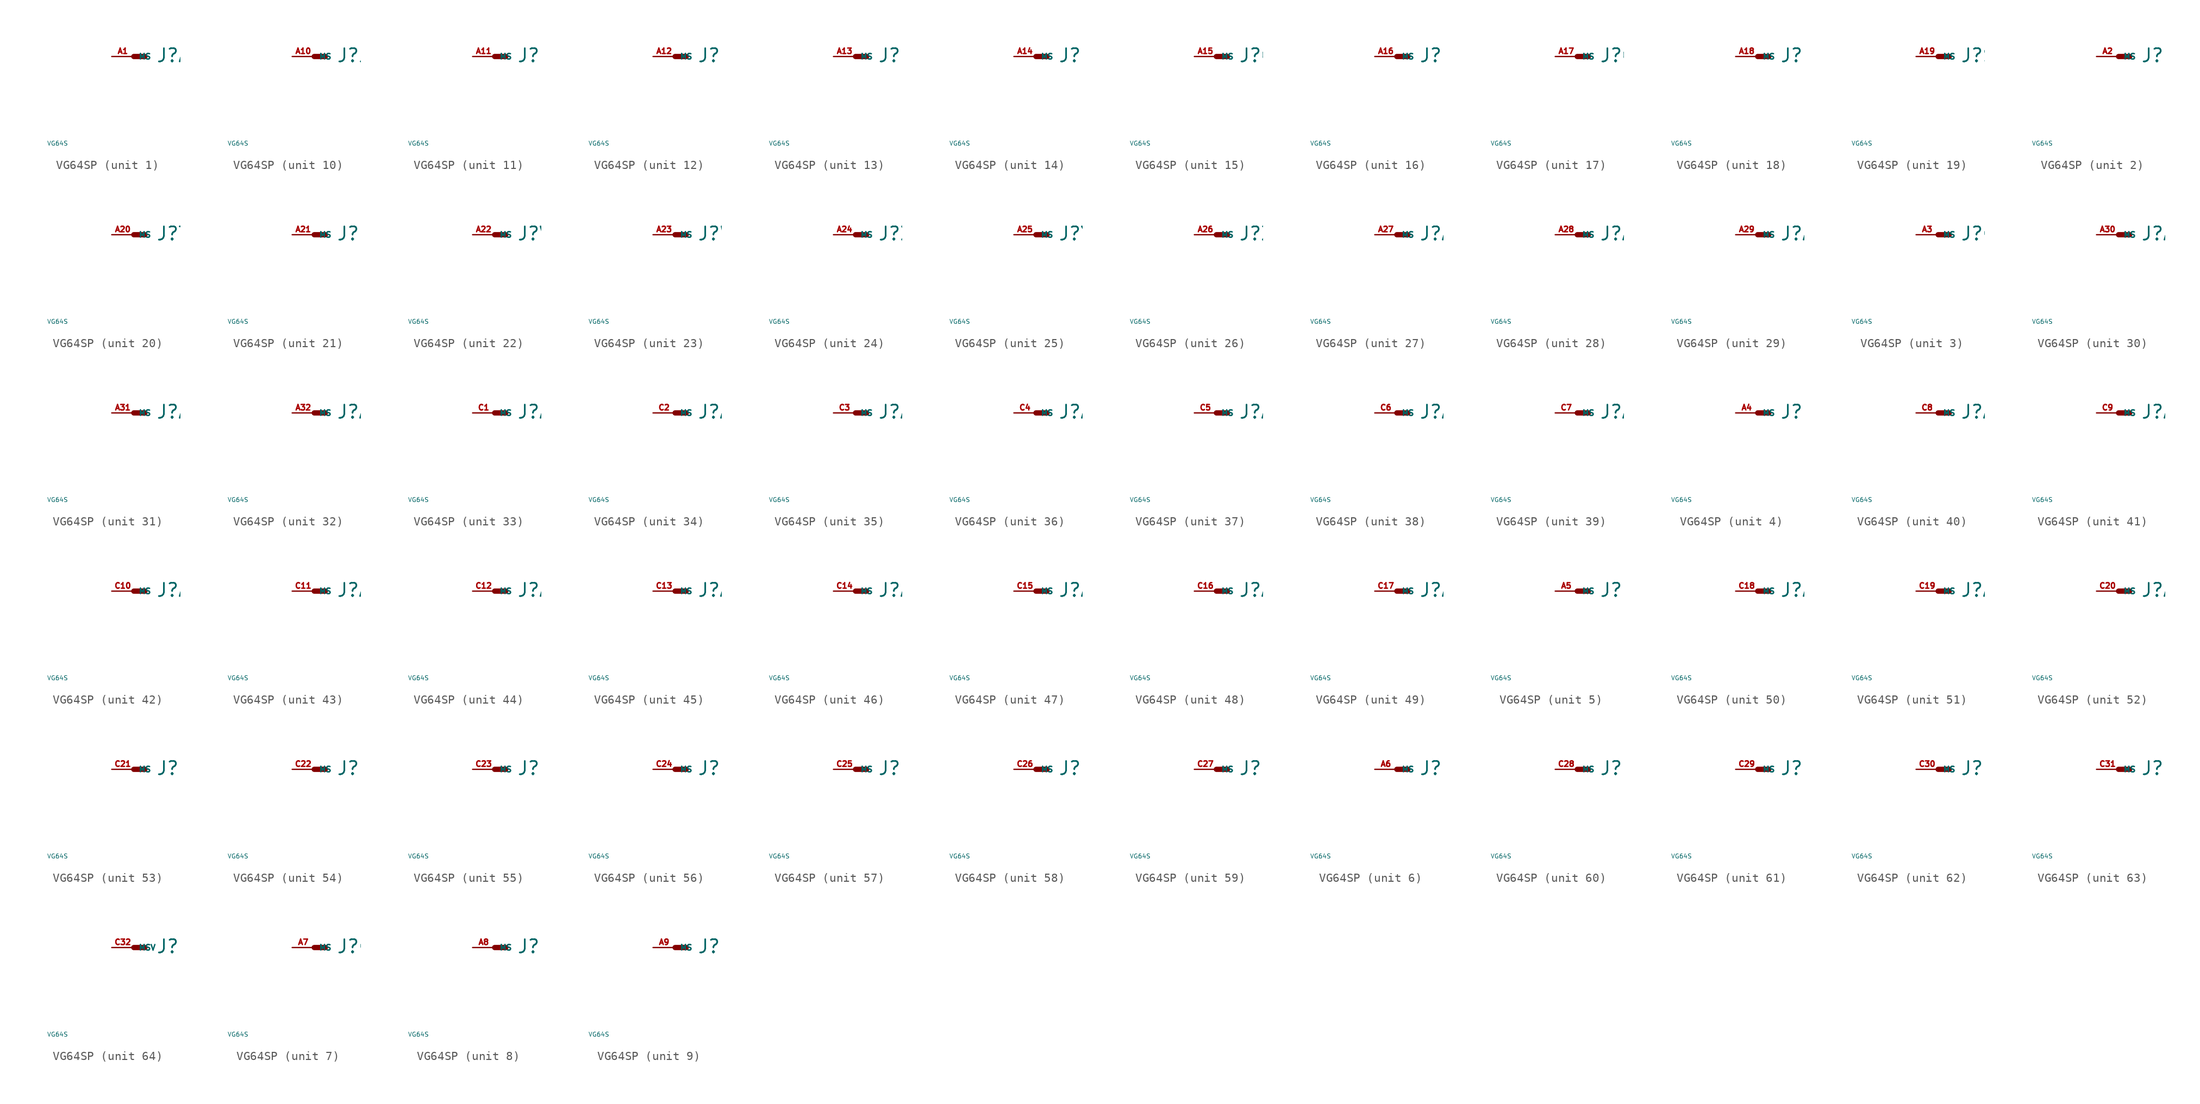
<source format=kicad_sym>
(kicad_symbol_lib
  (version 20220914)
  (generator Eagle2Kicad)
  (symbol "VG64SP"
    (property "Reference" "J"
      (at 2.54 -0.762 0)
      (effects (font (size 1.524 1.524) (thickness 0.19)) (justify left bottom)))
    (property "Value" "VG64S"
      (at -10 -10 0)
      (effects (font (size 0.5 0.5) (thickness 0.06)) (justify left)))
    (symbol "VG64SP_1_0"
      (polyline (pts (xy 0 0) (xy 1.27 0)) (stroke (width 0.61) (type default)) (fill (type none)))
      (pin passive line (at -2.54 0 0) (length 2.54) (name "MS" (effects (font (size 0.635 0.635) (thickness 0.08)) (justify left bottom))) (number "A1" (effects (font (size 0.635 0.635) (thickness 0.08)) (justify left bottom)))))
    (symbol "VG64SP_2_0"
      (polyline (pts (xy 0 0) (xy 1.27 0)) (stroke (width 0.61) (type default)) (fill (type none)))
      (pin passive line (at -2.54 0 0) (length 2.54) (name "MS" (effects (font (size 0.635 0.635) (thickness 0.08)) (justify left bottom))) (number "A2" (effects (font (size 0.635 0.635) (thickness 0.08)) (justify left bottom)))))
    (symbol "VG64SP_3_0"
      (polyline (pts (xy 0 0) (xy 1.27 0)) (stroke (width 0.61) (type default)) (fill (type none)))
      (pin passive line (at -2.54 0 0) (length 2.54) (name "MS" (effects (font (size 0.635 0.635) (thickness 0.08)) (justify left bottom))) (number "A3" (effects (font (size 0.635 0.635) (thickness 0.08)) (justify left bottom)))))
    (symbol "VG64SP_4_0"
      (polyline (pts (xy 0 0) (xy 1.27 0)) (stroke (width 0.61) (type default)) (fill (type none)))
      (pin passive line (at -2.54 0 0) (length 2.54) (name "MS" (effects (font (size 0.635 0.635) (thickness 0.08)) (justify left bottom))) (number "A4" (effects (font (size 0.635 0.635) (thickness 0.08)) (justify left bottom)))))
    (symbol "VG64SP_5_0"
      (polyline (pts (xy 0 0) (xy 1.27 0)) (stroke (width 0.61) (type default)) (fill (type none)))
      (pin passive line (at -2.54 0 0) (length 2.54) (name "MS" (effects (font (size 0.635 0.635) (thickness 0.08)) (justify left bottom))) (number "A5" (effects (font (size 0.635 0.635) (thickness 0.08)) (justify left bottom)))))
    (symbol "VG64SP_6_0"
      (polyline (pts (xy 0 0) (xy 1.27 0)) (stroke (width 0.61) (type default)) (fill (type none)))
      (pin passive line (at -2.54 0 0) (length 2.54) (name "MS" (effects (font (size 0.635 0.635) (thickness 0.08)) (justify left bottom))) (number "A6" (effects (font (size 0.635 0.635) (thickness 0.08)) (justify left bottom)))))
    (symbol "VG64SP_7_0"
      (polyline (pts (xy 0 0) (xy 1.27 0)) (stroke (width 0.61) (type default)) (fill (type none)))
      (pin passive line (at -2.54 0 0) (length 2.54) (name "MS" (effects (font (size 0.635 0.635) (thickness 0.08)) (justify left bottom))) (number "A7" (effects (font (size 0.635 0.635) (thickness 0.08)) (justify left bottom)))))
    (symbol "VG64SP_8_0"
      (polyline (pts (xy 0 0) (xy 1.27 0)) (stroke (width 0.61) (type default)) (fill (type none)))
      (pin passive line (at -2.54 0 0) (length 2.54) (name "MS" (effects (font (size 0.635 0.635) (thickness 0.08)) (justify left bottom))) (number "A8" (effects (font (size 0.635 0.635) (thickness 0.08)) (justify left bottom)))))
    (symbol "VG64SP_9_0"
      (polyline (pts (xy 0 0) (xy 1.27 0)) (stroke (width 0.61) (type default)) (fill (type none)))
      (pin passive line (at -2.54 0 0) (length 2.54) (name "MS" (effects (font (size 0.635 0.635) (thickness 0.08)) (justify left bottom))) (number "A9" (effects (font (size 0.635 0.635) (thickness 0.08)) (justify left bottom)))))
    (symbol "VG64SP_10_0"
      (polyline (pts (xy 0 0) (xy 1.27 0)) (stroke (width 0.61) (type default)) (fill (type none)))
      (pin passive line (at -2.54 0 0) (length 2.54) (name "MS" (effects (font (size 0.635 0.635) (thickness 0.08)) (justify left bottom))) (number "A10" (effects (font (size 0.635 0.635) (thickness 0.08)) (justify left bottom)))))
    (symbol "VG64SP_11_0"
      (polyline (pts (xy 0 0) (xy 1.27 0)) (stroke (width 0.61) (type default)) (fill (type none)))
      (pin passive line (at -2.54 0 0) (length 2.54) (name "MS" (effects (font (size 0.635 0.635) (thickness 0.08)) (justify left bottom))) (number "A11" (effects (font (size 0.635 0.635) (thickness 0.08)) (justify left bottom)))))
    (symbol "VG64SP_12_0"
      (polyline (pts (xy 0 0) (xy 1.27 0)) (stroke (width 0.61) (type default)) (fill (type none)))
      (pin passive line (at -2.54 0 0) (length 2.54) (name "MS" (effects (font (size 0.635 0.635) (thickness 0.08)) (justify left bottom))) (number "A12" (effects (font (size 0.635 0.635) (thickness 0.08)) (justify left bottom)))))
    (symbol "VG64SP_13_0"
      (polyline (pts (xy 0 0) (xy 1.27 0)) (stroke (width 0.61) (type default)) (fill (type none)))
      (pin passive line (at -2.54 0 0) (length 2.54) (name "MS" (effects (font (size 0.635 0.635) (thickness 0.08)) (justify left bottom))) (number "A13" (effects (font (size 0.635 0.635) (thickness 0.08)) (justify left bottom)))))
    (symbol "VG64SP_14_0"
      (polyline (pts (xy 0 0) (xy 1.27 0)) (stroke (width 0.61) (type default)) (fill (type none)))
      (pin passive line (at -2.54 0 0) (length 2.54) (name "MS" (effects (font (size 0.635 0.635) (thickness 0.08)) (justify left bottom))) (number "A14" (effects (font (size 0.635 0.635) (thickness 0.08)) (justify left bottom)))))
    (symbol "VG64SP_15_0"
      (polyline (pts (xy 0 0) (xy 1.27 0)) (stroke (width 0.61) (type default)) (fill (type none)))
      (pin passive line (at -2.54 0 0) (length 2.54) (name "MS" (effects (font (size 0.635 0.635) (thickness 0.08)) (justify left bottom))) (number "A15" (effects (font (size 0.635 0.635) (thickness 0.08)) (justify left bottom)))))
    (symbol "VG64SP_16_0"
      (polyline (pts (xy 0 0) (xy 1.27 0)) (stroke (width 0.61) (type default)) (fill (type none)))
      (pin passive line (at -2.54 0 0) (length 2.54) (name "MS" (effects (font (size 0.635 0.635) (thickness 0.08)) (justify left bottom))) (number "A16" (effects (font (size 0.635 0.635) (thickness 0.08)) (justify left bottom)))))
    (symbol "VG64SP_17_0"
      (polyline (pts (xy 0 0) (xy 1.27 0)) (stroke (width 0.61) (type default)) (fill (type none)))
      (pin passive line (at -2.54 0 0) (length 2.54) (name "MS" (effects (font (size 0.635 0.635) (thickness 0.08)) (justify left bottom))) (number "A17" (effects (font (size 0.635 0.635) (thickness 0.08)) (justify left bottom)))))
    (symbol "VG64SP_18_0"
      (polyline (pts (xy 0 0) (xy 1.27 0)) (stroke (width 0.61) (type default)) (fill (type none)))
      (pin passive line (at -2.54 0 0) (length 2.54) (name "MS" (effects (font (size 0.635 0.635) (thickness 0.08)) (justify left bottom))) (number "A18" (effects (font (size 0.635 0.635) (thickness 0.08)) (justify left bottom)))))
    (symbol "VG64SP_19_0"
      (polyline (pts (xy 0 0) (xy 1.27 0)) (stroke (width 0.61) (type default)) (fill (type none)))
      (pin passive line (at -2.54 0 0) (length 2.54) (name "MS" (effects (font (size 0.635 0.635) (thickness 0.08)) (justify left bottom))) (number "A19" (effects (font (size 0.635 0.635) (thickness 0.08)) (justify left bottom)))))
    (symbol "VG64SP_20_0"
      (polyline (pts (xy 0 0) (xy 1.27 0)) (stroke (width 0.61) (type default)) (fill (type none)))
      (pin passive line (at -2.54 0 0) (length 2.54) (name "MS" (effects (font (size 0.635 0.635) (thickness 0.08)) (justify left bottom))) (number "A20" (effects (font (size 0.635 0.635) (thickness 0.08)) (justify left bottom)))))
    (symbol "VG64SP_21_0"
      (polyline (pts (xy 0 0) (xy 1.27 0)) (stroke (width 0.61) (type default)) (fill (type none)))
      (pin passive line (at -2.54 0 0) (length 2.54) (name "MS" (effects (font (size 0.635 0.635) (thickness 0.08)) (justify left bottom))) (number "A21" (effects (font (size 0.635 0.635) (thickness 0.08)) (justify left bottom)))))
    (symbol "VG64SP_22_0"
      (polyline (pts (xy 0 0) (xy 1.27 0)) (stroke (width 0.61) (type default)) (fill (type none)))
      (pin passive line (at -2.54 0 0) (length 2.54) (name "MS" (effects (font (size 0.635 0.635) (thickness 0.08)) (justify left bottom))) (number "A22" (effects (font (size 0.635 0.635) (thickness 0.08)) (justify left bottom)))))
    (symbol "VG64SP_23_0"
      (polyline (pts (xy 0 0) (xy 1.27 0)) (stroke (width 0.61) (type default)) (fill (type none)))
      (pin passive line (at -2.54 0 0) (length 2.54) (name "MS" (effects (font (size 0.635 0.635) (thickness 0.08)) (justify left bottom))) (number "A23" (effects (font (size 0.635 0.635) (thickness 0.08)) (justify left bottom)))))
    (symbol "VG64SP_24_0"
      (polyline (pts (xy 0 0) (xy 1.27 0)) (stroke (width 0.61) (type default)) (fill (type none)))
      (pin passive line (at -2.54 0 0) (length 2.54) (name "MS" (effects (font (size 0.635 0.635) (thickness 0.08)) (justify left bottom))) (number "A24" (effects (font (size 0.635 0.635) (thickness 0.08)) (justify left bottom)))))
    (symbol "VG64SP_25_0"
      (polyline (pts (xy 0 0) (xy 1.27 0)) (stroke (width 0.61) (type default)) (fill (type none)))
      (pin passive line (at -2.54 0 0) (length 2.54) (name "MS" (effects (font (size 0.635 0.635) (thickness 0.08)) (justify left bottom))) (number "A25" (effects (font (size 0.635 0.635) (thickness 0.08)) (justify left bottom)))))
    (symbol "VG64SP_26_0"
      (polyline (pts (xy 0 0) (xy 1.27 0)) (stroke (width 0.61) (type default)) (fill (type none)))
      (pin passive line (at -2.54 0 0) (length 2.54) (name "MS" (effects (font (size 0.635 0.635) (thickness 0.08)) (justify left bottom))) (number "A26" (effects (font (size 0.635 0.635) (thickness 0.08)) (justify left bottom)))))
    (symbol "VG64SP_27_0"
      (polyline (pts (xy 0 0) (xy 1.27 0)) (stroke (width 0.61) (type default)) (fill (type none)))
      (pin passive line (at -2.54 0 0) (length 2.54) (name "MS" (effects (font (size 0.635 0.635) (thickness 0.08)) (justify left bottom))) (number "A27" (effects (font (size 0.635 0.635) (thickness 0.08)) (justify left bottom)))))
    (symbol "VG64SP_28_0"
      (polyline (pts (xy 0 0) (xy 1.27 0)) (stroke (width 0.61) (type default)) (fill (type none)))
      (pin passive line (at -2.54 0 0) (length 2.54) (name "MS" (effects (font (size 0.635 0.635) (thickness 0.08)) (justify left bottom))) (number "A28" (effects (font (size 0.635 0.635) (thickness 0.08)) (justify left bottom)))))
    (symbol "VG64SP_29_0"
      (polyline (pts (xy 0 0) (xy 1.27 0)) (stroke (width 0.61) (type default)) (fill (type none)))
      (pin passive line (at -2.54 0 0) (length 2.54) (name "MS" (effects (font (size 0.635 0.635) (thickness 0.08)) (justify left bottom))) (number "A29" (effects (font (size 0.635 0.635) (thickness 0.08)) (justify left bottom)))))
    (symbol "VG64SP_30_0"
      (polyline (pts (xy 0 0) (xy 1.27 0)) (stroke (width 0.61) (type default)) (fill (type none)))
      (pin passive line (at -2.54 0 0) (length 2.54) (name "MS" (effects (font (size 0.635 0.635) (thickness 0.08)) (justify left bottom))) (number "A30" (effects (font (size 0.635 0.635) (thickness 0.08)) (justify left bottom)))))
    (symbol "VG64SP_31_0"
      (polyline (pts (xy 0 0) (xy 1.27 0)) (stroke (width 0.61) (type default)) (fill (type none)))
      (pin passive line (at -2.54 0 0) (length 2.54) (name "MS" (effects (font (size 0.635 0.635) (thickness 0.08)) (justify left bottom))) (number "A31" (effects (font (size 0.635 0.635) (thickness 0.08)) (justify left bottom)))))
    (symbol "VG64SP_32_0"
      (polyline (pts (xy 0 0) (xy 1.27 0)) (stroke (width 0.61) (type default)) (fill (type none)))
      (pin passive line (at -2.54 0 0) (length 2.54) (name "MS" (effects (font (size 0.635 0.635) (thickness 0.08)) (justify left bottom))) (number "A32" (effects (font (size 0.635 0.635) (thickness 0.08)) (justify left bottom)))))
    (symbol "VG64SP_33_0"
      (polyline (pts (xy 0 0) (xy 1.27 0)) (stroke (width 0.61) (type default)) (fill (type none)))
      (pin passive line (at -2.54 0 0) (length 2.54) (name "MS" (effects (font (size 0.635 0.635) (thickness 0.08)) (justify left bottom))) (number "C1" (effects (font (size 0.635 0.635) (thickness 0.08)) (justify left bottom)))))
    (symbol "VG64SP_34_0"
      (polyline (pts (xy 0 0) (xy 1.27 0)) (stroke (width 0.61) (type default)) (fill (type none)))
      (pin passive line (at -2.54 0 0) (length 2.54) (name "MS" (effects (font (size 0.635 0.635) (thickness 0.08)) (justify left bottom))) (number "C2" (effects (font (size 0.635 0.635) (thickness 0.08)) (justify left bottom)))))
    (symbol "VG64SP_35_0"
      (polyline (pts (xy 0 0) (xy 1.27 0)) (stroke (width 0.61) (type default)) (fill (type none)))
      (pin passive line (at -2.54 0 0) (length 2.54) (name "MS" (effects (font (size 0.635 0.635) (thickness 0.08)) (justify left bottom))) (number "C3" (effects (font (size 0.635 0.635) (thickness 0.08)) (justify left bottom)))))
    (symbol "VG64SP_36_0"
      (polyline (pts (xy 0 0) (xy 1.27 0)) (stroke (width 0.61) (type default)) (fill (type none)))
      (pin passive line (at -2.54 0 0) (length 2.54) (name "MS" (effects (font (size 0.635 0.635) (thickness 0.08)) (justify left bottom))) (number "C4" (effects (font (size 0.635 0.635) (thickness 0.08)) (justify left bottom)))))
    (symbol "VG64SP_37_0"
      (polyline (pts (xy 0 0) (xy 1.27 0)) (stroke (width 0.61) (type default)) (fill (type none)))
      (pin passive line (at -2.54 0 0) (length 2.54) (name "MS" (effects (font (size 0.635 0.635) (thickness 0.08)) (justify left bottom))) (number "C5" (effects (font (size 0.635 0.635) (thickness 0.08)) (justify left bottom)))))
    (symbol "VG64SP_38_0"
      (polyline (pts (xy 0 0) (xy 1.27 0)) (stroke (width 0.61) (type default)) (fill (type none)))
      (pin passive line (at -2.54 0 0) (length 2.54) (name "MS" (effects (font (size 0.635 0.635) (thickness 0.08)) (justify left bottom))) (number "C6" (effects (font (size 0.635 0.635) (thickness 0.08)) (justify left bottom)))))
    (symbol "VG64SP_39_0"
      (polyline (pts (xy 0 0) (xy 1.27 0)) (stroke (width 0.61) (type default)) (fill (type none)))
      (pin passive line (at -2.54 0 0) (length 2.54) (name "MS" (effects (font (size 0.635 0.635) (thickness 0.08)) (justify left bottom))) (number "C7" (effects (font (size 0.635 0.635) (thickness 0.08)) (justify left bottom)))))
    (symbol "VG64SP_40_0"
      (polyline (pts (xy 0 0) (xy 1.27 0)) (stroke (width 0.61) (type default)) (fill (type none)))
      (pin passive line (at -2.54 0 0) (length 2.54) (name "MS" (effects (font (size 0.635 0.635) (thickness 0.08)) (justify left bottom))) (number "C8" (effects (font (size 0.635 0.635) (thickness 0.08)) (justify left bottom)))))
    (symbol "VG64SP_41_0"
      (polyline (pts (xy 0 0) (xy 1.27 0)) (stroke (width 0.61) (type default)) (fill (type none)))
      (pin passive line (at -2.54 0 0) (length 2.54) (name "MS" (effects (font (size 0.635 0.635) (thickness 0.08)) (justify left bottom))) (number "C9" (effects (font (size 0.635 0.635) (thickness 0.08)) (justify left bottom)))))
    (symbol "VG64SP_42_0"
      (polyline (pts (xy 0 0) (xy 1.27 0)) (stroke (width 0.61) (type default)) (fill (type none)))
      (pin passive line (at -2.54 0 0) (length 2.54) (name "MS" (effects (font (size 0.635 0.635) (thickness 0.08)) (justify left bottom))) (number "C10" (effects (font (size 0.635 0.635) (thickness 0.08)) (justify left bottom)))))
    (symbol "VG64SP_43_0"
      (polyline (pts (xy 0 0) (xy 1.27 0)) (stroke (width 0.61) (type default)) (fill (type none)))
      (pin passive line (at -2.54 0 0) (length 2.54) (name "MS" (effects (font (size 0.635 0.635) (thickness 0.08)) (justify left bottom))) (number "C11" (effects (font (size 0.635 0.635) (thickness 0.08)) (justify left bottom)))))
    (symbol "VG64SP_44_0"
      (polyline (pts (xy 0 0) (xy 1.27 0)) (stroke (width 0.61) (type default)) (fill (type none)))
      (pin passive line (at -2.54 0 0) (length 2.54) (name "MS" (effects (font (size 0.635 0.635) (thickness 0.08)) (justify left bottom))) (number "C12" (effects (font (size 0.635 0.635) (thickness 0.08)) (justify left bottom)))))
    (symbol "VG64SP_45_0"
      (polyline (pts (xy 0 0) (xy 1.27 0)) (stroke (width 0.61) (type default)) (fill (type none)))
      (pin passive line (at -2.54 0 0) (length 2.54) (name "MS" (effects (font (size 0.635 0.635) (thickness 0.08)) (justify left bottom))) (number "C13" (effects (font (size 0.635 0.635) (thickness 0.08)) (justify left bottom)))))
    (symbol "VG64SP_46_0"
      (polyline (pts (xy 0 0) (xy 1.27 0)) (stroke (width 0.61) (type default)) (fill (type none)))
      (pin passive line (at -2.54 0 0) (length 2.54) (name "MS" (effects (font (size 0.635 0.635) (thickness 0.08)) (justify left bottom))) (number "C14" (effects (font (size 0.635 0.635) (thickness 0.08)) (justify left bottom)))))
    (symbol "VG64SP_47_0"
      (polyline (pts (xy 0 0) (xy 1.27 0)) (stroke (width 0.61) (type default)) (fill (type none)))
      (pin passive line (at -2.54 0 0) (length 2.54) (name "MS" (effects (font (size 0.635 0.635) (thickness 0.08)) (justify left bottom))) (number "C15" (effects (font (size 0.635 0.635) (thickness 0.08)) (justify left bottom)))))
    (symbol "VG64SP_48_0"
      (polyline (pts (xy 0 0) (xy 1.27 0)) (stroke (width 0.61) (type default)) (fill (type none)))
      (pin passive line (at -2.54 0 0) (length 2.54) (name "MS" (effects (font (size 0.635 0.635) (thickness 0.08)) (justify left bottom))) (number "C16" (effects (font (size 0.635 0.635) (thickness 0.08)) (justify left bottom)))))
    (symbol "VG64SP_49_0"
      (polyline (pts (xy 0 0) (xy 1.27 0)) (stroke (width 0.61) (type default)) (fill (type none)))
      (pin passive line (at -2.54 0 0) (length 2.54) (name "MS" (effects (font (size 0.635 0.635) (thickness 0.08)) (justify left bottom))) (number "C17" (effects (font (size 0.635 0.635) (thickness 0.08)) (justify left bottom)))))
    (symbol "VG64SP_50_0"
      (polyline (pts (xy 0 0) (xy 1.27 0)) (stroke (width 0.61) (type default)) (fill (type none)))
      (pin passive line (at -2.54 0 0) (length 2.54) (name "MS" (effects (font (size 0.635 0.635) (thickness 0.08)) (justify left bottom))) (number "C18" (effects (font (size 0.635 0.635) (thickness 0.08)) (justify left bottom)))))
    (symbol "VG64SP_51_0"
      (polyline (pts (xy 0 0) (xy 1.27 0)) (stroke (width 0.61) (type default)) (fill (type none)))
      (pin passive line (at -2.54 0 0) (length 2.54) (name "MS" (effects (font (size 0.635 0.635) (thickness 0.08)) (justify left bottom))) (number "C19" (effects (font (size 0.635 0.635) (thickness 0.08)) (justify left bottom)))))
    (symbol "VG64SP_52_0"
      (polyline (pts (xy 0 0) (xy 1.27 0)) (stroke (width 0.61) (type default)) (fill (type none)))
      (pin passive line (at -2.54 0 0) (length 2.54) (name "MS" (effects (font (size 0.635 0.635) (thickness 0.08)) (justify left bottom))) (number "C20" (effects (font (size 0.635 0.635) (thickness 0.08)) (justify left bottom)))))
    (symbol "VG64SP_53_0"
      (polyline (pts (xy 0 0) (xy 1.27 0)) (stroke (width 0.61) (type default)) (fill (type none)))
      (pin passive line (at -2.54 0 0) (length 2.54) (name "MS" (effects (font (size 0.635 0.635) (thickness 0.08)) (justify left bottom))) (number "C21" (effects (font (size 0.635 0.635) (thickness 0.08)) (justify left bottom)))))
    (symbol "VG64SP_54_0"
      (polyline (pts (xy 0 0) (xy 1.27 0)) (stroke (width 0.61) (type default)) (fill (type none)))
      (pin passive line (at -2.54 0 0) (length 2.54) (name "MS" (effects (font (size 0.635 0.635) (thickness 0.08)) (justify left bottom))) (number "C22" (effects (font (size 0.635 0.635) (thickness 0.08)) (justify left bottom)))))
    (symbol "VG64SP_55_0"
      (polyline (pts (xy 0 0) (xy 1.27 0)) (stroke (width 0.61) (type default)) (fill (type none)))
      (pin passive line (at -2.54 0 0) (length 2.54) (name "MS" (effects (font (size 0.635 0.635) (thickness 0.08)) (justify left bottom))) (number "C23" (effects (font (size 0.635 0.635) (thickness 0.08)) (justify left bottom)))))
    (symbol "VG64SP_56_0"
      (polyline (pts (xy 0 0) (xy 1.27 0)) (stroke (width 0.61) (type default)) (fill (type none)))
      (pin passive line (at -2.54 0 0) (length 2.54) (name "MS" (effects (font (size 0.635 0.635) (thickness 0.08)) (justify left bottom))) (number "C24" (effects (font (size 0.635 0.635) (thickness 0.08)) (justify left bottom)))))
    (symbol "VG64SP_57_0"
      (polyline (pts (xy 0 0) (xy 1.27 0)) (stroke (width 0.61) (type default)) (fill (type none)))
      (pin passive line (at -2.54 0 0) (length 2.54) (name "MS" (effects (font (size 0.635 0.635) (thickness 0.08)) (justify left bottom))) (number "C25" (effects (font (size 0.635 0.635) (thickness 0.08)) (justify left bottom)))))
    (symbol "VG64SP_58_0"
      (polyline (pts (xy 0 0) (xy 1.27 0)) (stroke (width 0.61) (type default)) (fill (type none)))
      (pin passive line (at -2.54 0 0) (length 2.54) (name "MS" (effects (font (size 0.635 0.635) (thickness 0.08)) (justify left bottom))) (number "C26" (effects (font (size 0.635 0.635) (thickness 0.08)) (justify left bottom)))))
    (symbol "VG64SP_59_0"
      (polyline (pts (xy 0 0) (xy 1.27 0)) (stroke (width 0.61) (type default)) (fill (type none)))
      (pin passive line (at -2.54 0 0) (length 2.54) (name "MS" (effects (font (size 0.635 0.635) (thickness 0.08)) (justify left bottom))) (number "C27" (effects (font (size 0.635 0.635) (thickness 0.08)) (justify left bottom)))))
    (symbol "VG64SP_60_0"
      (polyline (pts (xy 0 0) (xy 1.27 0)) (stroke (width 0.61) (type default)) (fill (type none)))
      (pin passive line (at -2.54 0 0) (length 2.54) (name "MS" (effects (font (size 0.635 0.635) (thickness 0.08)) (justify left bottom))) (number "C28" (effects (font (size 0.635 0.635) (thickness 0.08)) (justify left bottom)))))
    (symbol "VG64SP_61_0"
      (polyline (pts (xy 0 0) (xy 1.27 0)) (stroke (width 0.61) (type default)) (fill (type none)))
      (pin passive line (at -2.54 0 0) (length 2.54) (name "MS" (effects (font (size 0.635 0.635) (thickness 0.08)) (justify left bottom))) (number "C29" (effects (font (size 0.635 0.635) (thickness 0.08)) (justify left bottom)))))
    (symbol "VG64SP_62_0"
      (polyline (pts (xy 0 0) (xy 1.27 0)) (stroke (width 0.61) (type default)) (fill (type none)))
      (pin passive line (at -2.54 0 0) (length 2.54) (name "MS" (effects (font (size 0.635 0.635) (thickness 0.08)) (justify left bottom))) (number "C30" (effects (font (size 0.635 0.635) (thickness 0.08)) (justify left bottom)))))
    (symbol "VG64SP_63_0"
      (polyline (pts (xy 0 0) (xy 1.27 0)) (stroke (width 0.61) (type default)) (fill (type none)))
      (pin passive line (at -2.54 0 0) (length 2.54) (name "MS" (effects (font (size 0.635 0.635) (thickness 0.08)) (justify left bottom))) (number "C31" (effects (font (size 0.635 0.635) (thickness 0.08)) (justify left bottom)))))
    (symbol "VG64SP_64_0"
      (polyline (pts (xy 0 0) (xy 1.27 0)) (stroke (width 0.61) (type default)) (fill (type none)))
      (pin passive line (at -2.54 0 0) (length 2.54) (name "MSV" (effects (font (size 0.635 0.635) (thickness 0.08)) (justify left bottom))) (number "C32" (effects (font (size 0.635 0.635) (thickness 0.08)) (justify left bottom)))))))
</source>
